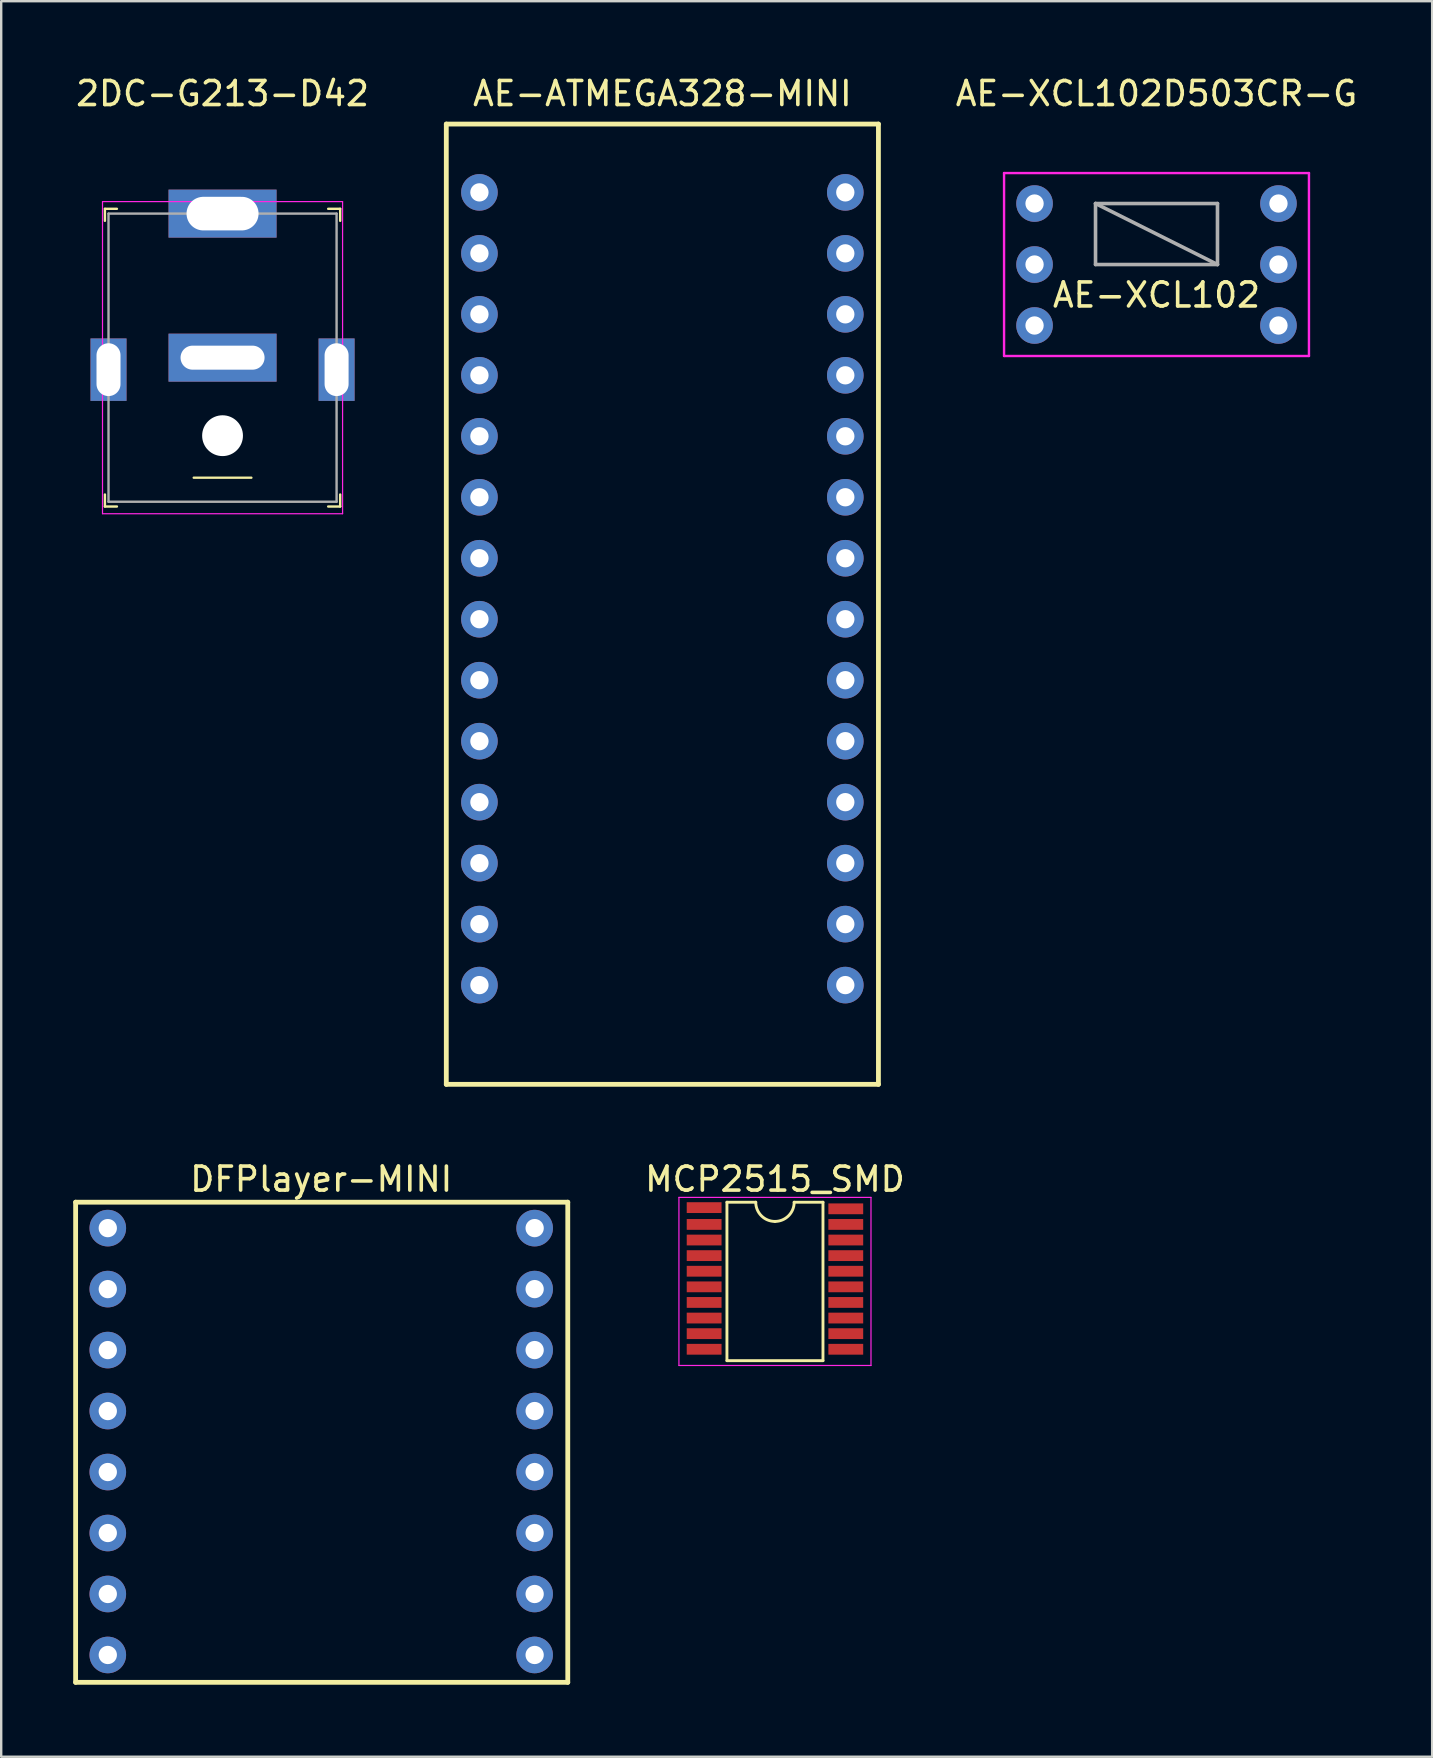
<source format=kicad_pcb>
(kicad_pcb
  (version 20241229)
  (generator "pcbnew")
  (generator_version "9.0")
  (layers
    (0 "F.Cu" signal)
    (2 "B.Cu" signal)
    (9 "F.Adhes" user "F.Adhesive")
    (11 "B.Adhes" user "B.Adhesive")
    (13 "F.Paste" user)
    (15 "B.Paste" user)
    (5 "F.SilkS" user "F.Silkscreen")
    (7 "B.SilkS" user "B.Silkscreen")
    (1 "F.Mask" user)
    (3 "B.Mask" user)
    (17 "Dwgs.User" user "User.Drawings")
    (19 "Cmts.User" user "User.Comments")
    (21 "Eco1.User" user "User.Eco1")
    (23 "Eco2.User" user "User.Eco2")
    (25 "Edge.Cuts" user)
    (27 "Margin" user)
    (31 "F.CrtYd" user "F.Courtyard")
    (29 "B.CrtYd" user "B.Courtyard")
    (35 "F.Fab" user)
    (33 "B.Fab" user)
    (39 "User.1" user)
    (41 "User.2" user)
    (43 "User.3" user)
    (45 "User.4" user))
  (footprint "AE-ATMEGA328-MINI"
    (layer "F.Cu")
    (at 24.54 21.803)
    (property "Reference" "AE-ATMEGA328-MINI" (at 0 -20.955 0) (layer "F.SilkS") (effects (font (size 1 1) (thickness 0.15))))
    (attr through_hole)
    (fp_line (start -9 -19.685) (end -9 20.315) (stroke (width 0.2) (type solid)) (layer "F.SilkS"))
    (fp_line (start -9 20.315) (end 9 20.315) (stroke (width 0.2) (type solid)) (layer "F.SilkS"))
    (fp_line (start 9 -19.685) (end -9 -19.685) (stroke (width 0.2) (type solid)) (layer "F.SilkS"))
    (fp_line (start 9 20.315) (end 9 -19.685) (stroke (width 0.2) (type solid)) (layer "F.SilkS"))
    (pad "1" thru_hole circle (at -7.62 -16.84) (size 1.524 1.524) (drill 0.762) (layers "*.Cu" "*.Mask"))
    (pad "2" thru_hole circle (at -7.62 -14.3) (size 1.524 1.524) (drill 0.762) (layers "*.Cu" "*.Mask"))
    (pad "3" thru_hole circle (at -7.62 -11.76) (size 1.524 1.524) (drill 0.762) (layers "*.Cu" "*.Mask"))
    (pad "4" thru_hole circle (at -7.62 -9.22) (size 1.524 1.524) (drill 0.762) (layers "*.Cu" "*.Mask"))
    (pad "5" thru_hole circle (at -7.62 -6.68) (size 1.524 1.524) (drill 0.762) (layers "*.Cu" "*.Mask"))
    (pad "6" thru_hole circle (at -7.62 -4.14) (size 1.524 1.524) (drill 0.762) (layers "*.Cu" "*.Mask"))
    (pad "7" thru_hole circle (at -7.62 -1.6) (size 1.524 1.524) (drill 0.762) (layers "*.Cu" "*.Mask"))
    (pad "8" thru_hole circle (at -7.62 0.94) (size 1.524 1.524) (drill 0.762) (layers "*.Cu" "*.Mask"))
    (pad "9" thru_hole circle (at -7.62 3.48) (size 1.524 1.524) (drill 0.762) (layers "*.Cu" "*.Mask"))
    (pad "10" thru_hole circle (at -7.62 6.02) (size 1.524 1.524) (drill 0.762) (layers "*.Cu" "*.Mask"))
    (pad "11" thru_hole circle (at -7.62 8.56) (size 1.524 1.524) (drill 0.762) (layers "*.Cu" "*.Mask"))
    (pad "12" thru_hole circle (at -7.62 11.1) (size 1.524 1.524) (drill 0.762) (layers "*.Cu" "*.Mask"))
    (pad "13" thru_hole circle (at -7.62 13.64) (size 1.524 1.524) (drill 0.762) (layers "*.Cu" "*.Mask"))
    (pad "14" thru_hole circle (at -7.62 16.18) (size 1.524 1.524) (drill 0.762) (layers "*.Cu" "*.Mask"))
    (pad "15" thru_hole circle (at 7.62 16.18) (size 1.524 1.524) (drill 0.762) (layers "*.Cu" "*.Mask"))
    (pad "16" thru_hole circle (at 7.62 13.64) (size 1.524 1.524) (drill 0.762) (layers "*.Cu" "*.Mask"))
    (pad "17" thru_hole circle (at 7.62 11.1) (size 1.524 1.524) (drill 0.762) (layers "*.Cu" "*.Mask"))
    (pad "18" thru_hole circle (at 7.62 8.56) (size 1.524 1.524) (drill 0.762) (layers "*.Cu" "*.Mask"))
    (pad "19" thru_hole circle (at 7.62 6.02) (size 1.524 1.524) (drill 0.762) (layers "*.Cu" "*.Mask"))
    (pad "20" thru_hole circle (at 7.62 3.48) (size 1.524 1.524) (drill 0.762) (layers "*.Cu" "*.Mask"))
    (pad "21" thru_hole circle (at 7.62 0.94) (size 1.524 1.524) (drill 0.762) (layers "*.Cu" "*.Mask"))
    (pad "22" thru_hole circle (at 7.62 -1.6) (size 1.524 1.524) (drill 0.762) (layers "*.Cu" "*.Mask"))
    (pad "23" thru_hole circle (at 7.62 -4.14) (size 1.524 1.524) (drill 0.762) (layers "*.Cu" "*.Mask"))
    (pad "24" thru_hole circle (at 7.62 -6.68) (size 1.524 1.524) (drill 0.762) (layers "*.Cu" "*.Mask"))
    (pad "25" thru_hole circle (at 7.62 -9.22) (size 1.524 1.524) (drill 0.762) (layers "*.Cu" "*.Mask"))
    (pad "26" thru_hole circle (at 7.62 -11.76) (size 1.524 1.524) (drill 0.762) (layers "*.Cu" "*.Mask"))
    (pad "27" thru_hole circle (at 7.62 -14.3) (size 1.524 1.524) (drill 0.762) (layers "*.Cu" "*.Mask"))
    (pad "28" thru_hole circle (at 7.62 -16.84) (size 1.524 1.524) (drill 0.762) (layers "*.Cu" "*.Mask")))
  (footprint "DFPlayer-MINI"
    (layer "F.Cu")
    (at 10.33 56.996)
    (property "Reference" "DFPlayer-MINI" (at 0 -10.93 0) (layer "F.SilkS") (effects (font (size 1 1) (thickness 0.15))))
    (attr through_hole)
    (fp_line (start -10.23 -9.97) (end 10.27 -9.97) (stroke (width 0.2) (type solid)) (layer "F.SilkS"))
    (fp_line (start -10.23 10.03) (end -10.23 -9.97) (stroke (width 0.2) (type solid)) (layer "F.SilkS"))
    (fp_line (start 10.27 -9.97) (end 10.27 10.03) (stroke (width 0.2) (type solid)) (layer "F.SilkS"))
    (fp_line (start 10.27 10.03) (end -10.23 10.03) (stroke (width 0.2) (type solid)) (layer "F.SilkS"))
    (pad "1" thru_hole circle (at -8.89 -8.89) (size 1.524 1.524) (drill 0.762) (layers "*.Cu" "*.Mask"))
    (pad "2" thru_hole circle (at -8.89 -6.35) (size 1.524 1.524) (drill 0.762) (layers "*.Cu" "*.Mask"))
    (pad "3" thru_hole circle (at -8.89 -3.81) (size 1.524 1.524) (drill 0.762) (layers "*.Cu" "*.Mask"))
    (pad "4" thru_hole circle (at -8.89 -1.27) (size 1.524 1.524) (drill 0.762) (layers "*.Cu" "*.Mask"))
    (pad "5" thru_hole circle (at -8.89 1.27) (size 1.524 1.524) (drill 0.762) (layers "*.Cu" "*.Mask"))
    (pad "6" thru_hole circle (at -8.89 3.81) (size 1.524 1.524) (drill 0.762) (layers "*.Cu" "*.Mask"))
    (pad "7" thru_hole circle (at -8.89 6.35) (size 1.524 1.524) (drill 0.762) (layers "*.Cu" "*.Mask"))
    (pad "8" thru_hole circle (at -8.89 8.89) (size 1.524 1.524) (drill 0.762) (layers "*.Cu" "*.Mask"))
    (pad "9" thru_hole circle (at 8.89 8.89) (size 1.524 1.524) (drill 0.762) (layers "*.Cu" "*.Mask"))
    (pad "10" thru_hole circle (at 8.89 6.35) (size 1.524 1.524) (drill 0.762) (layers "*.Cu" "*.Mask"))
    (pad "11" thru_hole circle (at 8.89 3.81) (size 1.524 1.524) (drill 0.762) (layers "*.Cu" "*.Mask"))
    (pad "12" thru_hole circle (at 8.89 1.27) (size 1.524 1.524) (drill 0.762) (layers "*.Cu" "*.Mask"))
    (pad "13" thru_hole circle (at 8.89 -1.27) (size 1.524 1.524) (drill 0.762) (layers "*.Cu" "*.Mask"))
    (pad "14" thru_hole circle (at 8.89 -3.81) (size 1.524 1.524) (drill 0.762) (layers "*.Cu" "*.Mask"))
    (pad "15" thru_hole circle (at 8.89 -6.35) (size 1.524 1.524) (drill 0.762) (layers "*.Cu" "*.Mask"))
    (pad "16" thru_hole circle (at 8.89 -8.89) (size 1.524 1.524) (drill 0.762) (layers "*.Cu" "*.Mask")))
  (footprint "MCP2515_SMD"
    (layer "F.Cu")
    (at 29.23 50.227)
    (property "Reference" "MCP2515_SMD" (at 0 -4.16 0) (layer "F.SilkS") (effects (font (size 1 1) (thickness 0.15))))
    (attr smd)
    (fp_line (start -2 -3.2) (end -2 3.4) (stroke (width 0.12) (type solid)) (layer "F.SilkS"))
    (fp_line (start -2 3.4) (end 2 3.4) (stroke (width 0.12) (type solid)) (layer "F.SilkS"))
    (fp_line (start -0.8 -3.2) (end -2 -3.2) (stroke (width 0.12) (type solid)) (layer "F.SilkS"))
    (fp_line (start 0.8 -3.2) (end 2 -3.2) (stroke (width 0.12) (type solid)) (layer "F.SilkS"))
    (fp_line (start 2 3.4) (end 2 -3.2) (stroke (width 0.12) (type solid)) (layer "F.SilkS"))
    (fp_arc (start 0 -2.4) (mid -0.565685 -2.634315) (end -0.8 -3.2) (stroke (width 0.12) (type solid)) (layer "F.SilkS"))
    (fp_arc (start 0.8 -3.2) (mid 0.565685 -2.634315) (end 0 -2.4) (stroke (width 0.12) (type solid)) (layer "F.SilkS"))
    (fp_line (start -4 -3.4) (end 4 -3.4) (stroke (width 0.05) (type solid)) (layer "F.CrtYd"))
    (fp_line (start -4 3.6) (end -4 -3.4) (stroke (width 0.05) (type solid)) (layer "F.CrtYd"))
    (fp_line (start 4 -3.4) (end 4 3.6) (stroke (width 0.05) (type solid)) (layer "F.CrtYd"))
    (fp_line (start 4 3.6) (end -4 3.6) (stroke (width 0.05) (type solid)) (layer "F.CrtYd"))
    (pad "1" smd rect (at -2.95 -2.975) (size 1.45 0.45) (layers "F.Cu" "F.Mask" "F.Paste"))
    (pad "2" smd rect (at -2.95 -2.275) (size 1.45 0.45) (layers "F.Cu" "F.Mask" "F.Paste"))
    (pad "3" smd rect (at -2.95 -1.625) (size 1.45 0.45) (layers "F.Cu" "F.Mask" "F.Paste"))
    (pad "4" smd rect (at -2.95 -0.975) (size 1.45 0.45) (layers "F.Cu" "F.Mask" "F.Paste"))
    (pad "5" smd rect (at -2.95 -0.325) (size 1.45 0.45) (layers "F.Cu" "F.Mask" "F.Paste"))
    (pad "6" smd rect (at -2.95 0.325) (size 1.45 0.45) (layers "F.Cu" "F.Mask" "F.Paste"))
    (pad "7" smd rect (at -2.95 0.975) (size 1.45 0.45) (layers "F.Cu" "F.Mask" "F.Paste"))
    (pad "8" smd rect (at -2.95 1.625) (size 1.45 0.45) (layers "F.Cu" "F.Mask" "F.Paste"))
    (pad "9" smd rect (at -2.95 2.275) (size 1.45 0.45) (layers "F.Cu" "F.Mask" "F.Paste"))
    (pad "10" smd rect (at -2.95 2.925) (size 1.45 0.45) (layers "F.Cu" "F.Mask" "F.Paste"))
    (pad "11" smd rect (at 2.95 2.925) (size 1.45 0.45) (layers "F.Cu" "F.Mask" "F.Paste"))
    (pad "12" smd rect (at 2.95 2.275) (size 1.45 0.45) (layers "F.Cu" "F.Mask" "F.Paste"))
    (pad "13" smd rect (at 2.95 1.625) (size 1.45 0.45) (layers "F.Cu" "F.Mask" "F.Paste"))
    (pad "14" smd rect (at 2.95 0.975) (size 1.45 0.45) (layers "F.Cu" "F.Mask" "F.Paste"))
    (pad "15" smd rect (at 2.95 0.325) (size 1.45 0.45) (layers "F.Cu" "F.Mask" "F.Paste"))
    (pad "16" smd rect (at 2.95 -0.325) (size 1.45 0.45) (layers "F.Cu" "F.Mask" "F.Paste"))
    (pad "17" smd rect (at 2.95 -0.975) (size 1.45 0.45) (layers "F.Cu" "F.Mask" "F.Paste"))
    (pad "18" smd rect (at 2.95 -1.625) (size 1.45 0.45) (layers "F.Cu" "F.Mask" "F.Paste"))
    (pad "19" smd rect (at 2.95 -2.275) (size 1.45 0.45) (layers "F.Cu" "F.Mask" "F.Paste"))
    (pad "20" smd rect (at 2.95 -2.925) (size 1.45 0.45) (layers "F.Cu" "F.Mask" "F.Paste")))
  (footprint "AE-XCL102D503CR-G"
    (layer "F.Cu")
    (at 45.123 7.968)
    (property "Reference" "AE-XCL102D503CR-G" (at 0 -7.12 0) (layer "F.SilkS") (effects (font (size 1 1) (thickness 0.15))))
    (attr through_hole)
    (fp_line (start -6.35 -3.81) (end 6.35 -3.81) (stroke (width 0.1) (type solid)) (layer "F.CrtYd"))
    (fp_line (start -6.35 3.81) (end -6.35 -3.81) (stroke (width 0.1) (type solid)) (layer "F.CrtYd"))
    (fp_line (start 6.35 -3.81) (end 6.35 3.81) (stroke (width 0.1) (type solid)) (layer "F.CrtYd"))
    (fp_line (start 6.35 3.81) (end -6.35 3.81) (stroke (width 0.1) (type solid)) (layer "F.CrtYd"))
    (fp_line (start -2.54 -2.54) (end 2.54 -2.54) (stroke (width 0.15) (type solid)) (layer "F.Fab"))
    (fp_line (start -2.54 -2.54) (end 2.54 0) (stroke (width 0.15) (type solid)) (layer "F.Fab"))
    (fp_line (start -2.54 0) (end -2.54 -2.54) (stroke (width 0.15) (type solid)) (layer "F.Fab"))
    (fp_line (start 2.54 -2.54) (end 2.54 0) (stroke (width 0.15) (type solid)) (layer "F.Fab"))
    (fp_line (start 2.54 0) (end -2.54 0) (stroke (width 0.15) (type solid)) (layer "F.Fab"))
    (fp_text user "AE-XCL102" (at 0 1.27 0) (layer "F.SilkS") (effects (font (size 1 1) (thickness 0.15))))
    (pad "1" thru_hole circle (at -5.08 -2.54) (size 1.524 1.524) (drill 0.762) (layers "*.Cu" "*.Mask"))
    (pad "2" thru_hole circle (at -5.08 0) (size 1.524 1.524) (drill 0.762) (layers "*.Cu" "*.Mask"))
    (pad "3" thru_hole circle (at -5.08 2.54) (size 1.524 1.524) (drill 0.762) (layers "*.Cu" "*.Mask"))
    (pad "4" thru_hole circle (at 5.08 2.54) (size 1.524 1.524) (drill 0.762) (layers "*.Cu" "*.Mask"))
    (pad "5" thru_hole circle (at 5.08 0) (size 1.524 1.524) (drill 0.762) (layers "*.Cu" "*.Mask"))
    (pad "6" thru_hole circle (at 5.08 -2.54) (size 1.524 1.524) (drill 0.762) (layers "*.Cu" "*.Mask")))
  (footprint "2DC-G213-D42"
    (layer "F.Cu")
    (at 6.22 15.348)
    (property "Reference" "2DC-G213-D42" (at 0 -14.5 0) (layer "F.SilkS") (effects (font (size 1 1) (thickness 0.15))))
    (attr through_hole)
    (fp_line (start -4.9 -9.7) (end -4.9 -9.2) (stroke (width 0.1) (type solid)) (layer "F.SilkS"))
    (fp_line (start -4.9 -9.7) (end -4.4 -9.7) (stroke (width 0.1) (type solid)) (layer "F.SilkS"))
    (fp_line (start -4.9 2.7) (end -4.9 2.2) (stroke (width 0.1) (type solid)) (layer "F.SilkS"))
    (fp_line (start -4.9 2.7) (end -4.4 2.7) (stroke (width 0.1) (type solid)) (layer "F.SilkS"))
    (fp_line (start -1.2 1.5) (end 1.2 1.5) (stroke (width 0.1) (type solid)) (layer "F.SilkS"))
    (fp_line (start 4.9 -9.7) (end 4.4 -9.7) (stroke (width 0.1) (type solid)) (layer "F.SilkS"))
    (fp_line (start 4.9 -9.7) (end 4.9 -9.2) (stroke (width 0.1) (type solid)) (layer "F.SilkS"))
    (fp_line (start 4.9 2.7) (end 4.4 2.7) (stroke (width 0.1) (type solid)) (layer "F.SilkS"))
    (fp_line (start 4.9 2.7) (end 4.9 2.2) (stroke (width 0.1) (type solid)) (layer "F.SilkS"))
    (fp_line (start -5 -10) (end -5 3) (stroke (width 0.05) (type solid)) (layer "F.CrtYd"))
    (fp_line (start -5 -10) (end 5 -10) (stroke (width 0.05) (type solid)) (layer "F.CrtYd"))
    (fp_line (start -5 3) (end 5 3) (stroke (width 0.05) (type solid)) (layer "F.CrtYd"))
    (fp_line (start 5 -10) (end 5 3) (stroke (width 0.05) (type solid)) (layer "F.CrtYd"))
    (fp_line (start -4.75 -9.5) (end 4.75 -9.5) (stroke (width 0.1) (type solid)) (layer "F.Fab"))
    (fp_line (start -4.75 2.5) (end -4.75 -9.5) (stroke (width 0.1) (type solid)) (layer "F.Fab"))
    (fp_line (start -4.75 2.5) (end 4.75 2.5) (stroke (width 0.1) (type solid)) (layer "F.Fab"))
    (fp_line (start 4.75 2.5) (end 4.75 -9.5) (stroke (width 0.1) (type solid)) (layer "F.Fab"))
    (pad "" thru_hole rect (at -4.75 -3 90) (size 2.6 1.5) (drill oval 2.2 1) (layers "*.Cu" "*.Mask"))
    (pad "" np_thru_hole circle (at 0 -0.25 90) (size 1.7 1.7) (drill 1.7) (layers "*.Cu" "*.Mask"))
    (pad "" thru_hole rect (at 4.75 -3 90) (size 2.6 1.5) (drill oval 2.2 1) (layers "*.Cu" "*.Mask"))
    (pad "1" thru_hole rect (at 0 -9.5) (size 4.5 2) (drill oval 3 1.4) (layers "*.Cu" "*.Mask"))
    (pad "2" thru_hole rect (at 0 -3.5) (size 4.5 2) (drill oval 3.5 1) (layers "*.Cu" "*.Mask")))
  (gr_rect
    (start -3 -3)
    (end 56.605 70.126)
    (stroke (width 0.1) (type default))
    (fill no)
    (layer "Edge.Cuts")))
</source>
